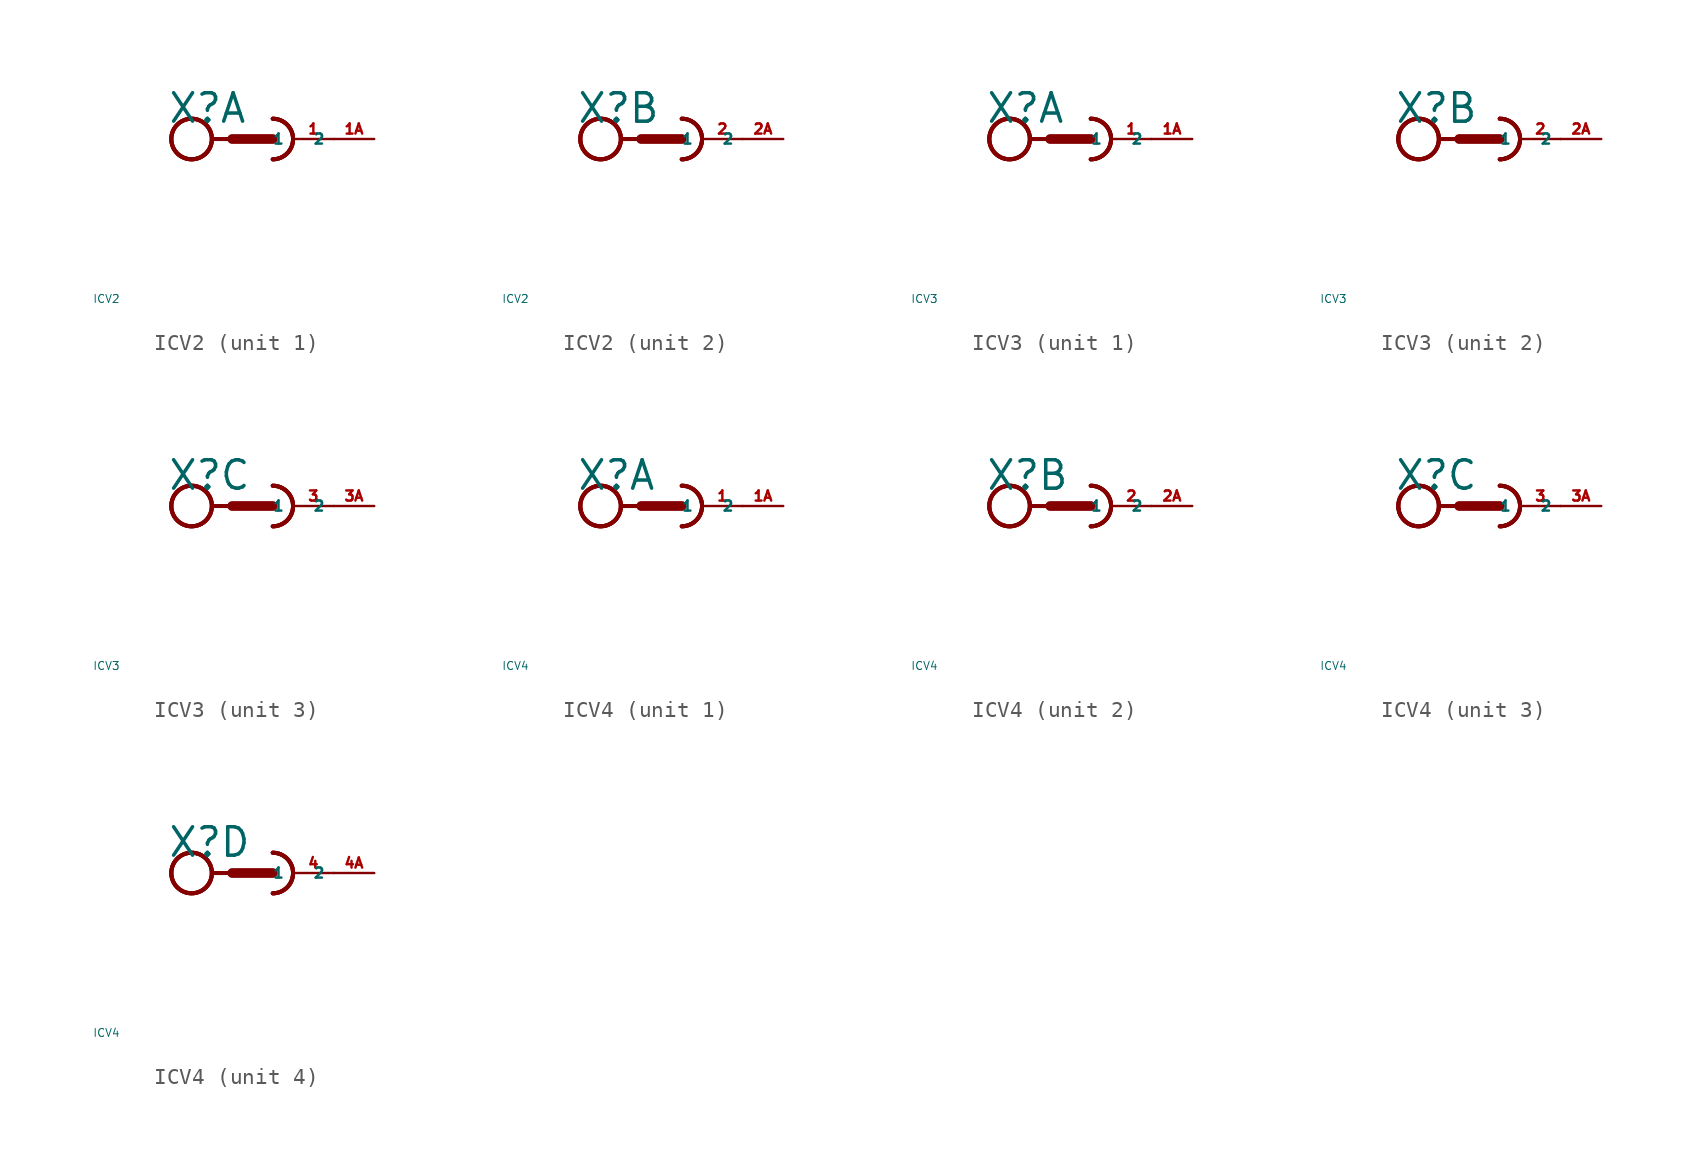
<source format=kicad_sym>
(kicad_symbol_lib
  (version 20220914)
  (generator Eagle2Kicad)
  (symbol "ICV2"
    (property "Reference" "X"
      (at -5.334 0.889 0)
      (effects (font (size 1.778 1.778) (thickness 0.22)) (justify left bottom)))
    (property "Value" "ICV2"
      (at -10 -10 0)
      (effects (font (size 0.5 0.5) (thickness 0.06)) (justify left)))
    (symbol "ICV2_1_0"
      (arc (start 1.27 -1.27) (mid 2.540 0.000) (end 1.27 1.27) (stroke (width 0.254) (type default)) (fill (type none)))
      (arc (start 1.27 -1.27) (mid 2.540 0.000) (end 1.27 1.27) (stroke (width 0.254) (type default)) (fill (type none)))
      (polyline (pts (xy -2.54 0) (xy -1.27 0)) (stroke (width 0.254) (type default)) (fill (type none)))
      (polyline (pts (xy -1.27 0) (xy 1.27 0)) (stroke (width 0.61) (type default)) (fill (type none)))
      (arc (start 1.27 -1.27) (mid 2.540 0.000) (end 1.27 1.27) (stroke (width 0.254) (type default)) (fill (type none)))
      (circle (center -3.81 0) (radius 1.27) (stroke (width 0.254) (type default)) (fill (type none)))
      (circle (center -3.81 0) (radius 1.27) (stroke (width 0.254) (type default)) (fill (type none)))
      (circle (center -3.81 0) (radius 1.27) (stroke (width 0.254) (type default)) (fill (type none)))
      (pin passive line (at 5.08 0 180) (length 2.54) (name "1" (effects (font (size 0.635 0.635) (thickness 0.08)) (justify left bottom))) (number "1" (effects (font (size 0.635 0.635) (thickness 0.08)) (justify left bottom))))
      (pin passive line (at 7.62 0 180) (length 2.54) (name "2" (effects (font (size 0.635 0.635) (thickness 0.08)) (justify left bottom))) (number "1A" (effects (font (size 0.635 0.635) (thickness 0.08)) (justify left bottom)))))
    (symbol "ICV2_2_0"
      (arc (start 1.27 -1.27) (mid 2.540 0.000) (end 1.27 1.27) (stroke (width 0.254) (type default)) (fill (type none)))
      (arc (start 1.27 -1.27) (mid 2.540 0.000) (end 1.27 1.27) (stroke (width 0.254) (type default)) (fill (type none)))
      (polyline (pts (xy -2.54 0) (xy -1.27 0)) (stroke (width 0.254) (type default)) (fill (type none)))
      (polyline (pts (xy -1.27 0) (xy 1.27 0)) (stroke (width 0.61) (type default)) (fill (type none)))
      (arc (start 1.27 -1.27) (mid 2.540 0.000) (end 1.27 1.27) (stroke (width 0.254) (type default)) (fill (type none)))
      (circle (center -3.81 0) (radius 1.27) (stroke (width 0.254) (type default)) (fill (type none)))
      (circle (center -3.81 0) (radius 1.27) (stroke (width 0.254) (type default)) (fill (type none)))
      (circle (center -3.81 0) (radius 1.27) (stroke (width 0.254) (type default)) (fill (type none)))
      (pin passive line (at 5.08 0 180) (length 2.54) (name "1" (effects (font (size 0.635 0.635) (thickness 0.08)) (justify left bottom))) (number "2" (effects (font (size 0.635 0.635) (thickness 0.08)) (justify left bottom))))
      (pin passive line (at 7.62 0 180) (length 2.54) (name "2" (effects (font (size 0.635 0.635) (thickness 0.08)) (justify left bottom))) (number "2A" (effects (font (size 0.635 0.635) (thickness 0.08)) (justify left bottom))))))
  (symbol "ICV3"
    (property "Reference" "X"
      (at -5.334 0.889 0)
      (effects (font (size 1.778 1.778) (thickness 0.22)) (justify left bottom)))
    (property "Value" "ICV3"
      (at -10 -10 0)
      (effects (font (size 0.5 0.5) (thickness 0.06)) (justify left)))
    (symbol "ICV3_1_0"
      (arc (start 1.27 -1.27) (mid 2.540 0.000) (end 1.27 1.27) (stroke (width 0.254) (type default)) (fill (type none)))
      (arc (start 1.27 -1.27) (mid 2.540 0.000) (end 1.27 1.27) (stroke (width 0.254) (type default)) (fill (type none)))
      (polyline (pts (xy -2.54 0) (xy -1.27 0)) (stroke (width 0.254) (type default)) (fill (type none)))
      (polyline (pts (xy -1.27 0) (xy 1.27 0)) (stroke (width 0.61) (type default)) (fill (type none)))
      (arc (start 1.27 -1.27) (mid 2.540 0.000) (end 1.27 1.27) (stroke (width 0.254) (type default)) (fill (type none)))
      (circle (center -3.81 0) (radius 1.27) (stroke (width 0.254) (type default)) (fill (type none)))
      (circle (center -3.81 0) (radius 1.27) (stroke (width 0.254) (type default)) (fill (type none)))
      (circle (center -3.81 0) (radius 1.27) (stroke (width 0.254) (type default)) (fill (type none)))
      (pin passive line (at 5.08 0 180) (length 2.54) (name "1" (effects (font (size 0.635 0.635) (thickness 0.08)) (justify left bottom))) (number "1" (effects (font (size 0.635 0.635) (thickness 0.08)) (justify left bottom))))
      (pin passive line (at 7.62 0 180) (length 2.54) (name "2" (effects (font (size 0.635 0.635) (thickness 0.08)) (justify left bottom))) (number "1A" (effects (font (size 0.635 0.635) (thickness 0.08)) (justify left bottom)))))
    (symbol "ICV3_2_0"
      (arc (start 1.27 -1.27) (mid 2.540 0.000) (end 1.27 1.27) (stroke (width 0.254) (type default)) (fill (type none)))
      (arc (start 1.27 -1.27) (mid 2.540 0.000) (end 1.27 1.27) (stroke (width 0.254) (type default)) (fill (type none)))
      (polyline (pts (xy -2.54 0) (xy -1.27 0)) (stroke (width 0.254) (type default)) (fill (type none)))
      (polyline (pts (xy -1.27 0) (xy 1.27 0)) (stroke (width 0.61) (type default)) (fill (type none)))
      (arc (start 1.27 -1.27) (mid 2.540 0.000) (end 1.27 1.27) (stroke (width 0.254) (type default)) (fill (type none)))
      (circle (center -3.81 0) (radius 1.27) (stroke (width 0.254) (type default)) (fill (type none)))
      (circle (center -3.81 0) (radius 1.27) (stroke (width 0.254) (type default)) (fill (type none)))
      (circle (center -3.81 0) (radius 1.27) (stroke (width 0.254) (type default)) (fill (type none)))
      (pin passive line (at 5.08 0 180) (length 2.54) (name "1" (effects (font (size 0.635 0.635) (thickness 0.08)) (justify left bottom))) (number "2" (effects (font (size 0.635 0.635) (thickness 0.08)) (justify left bottom))))
      (pin passive line (at 7.62 0 180) (length 2.54) (name "2" (effects (font (size 0.635 0.635) (thickness 0.08)) (justify left bottom))) (number "2A" (effects (font (size 0.635 0.635) (thickness 0.08)) (justify left bottom)))))
    (symbol "ICV3_3_0"
      (arc (start 1.27 -1.27) (mid 2.540 0.000) (end 1.27 1.27) (stroke (width 0.254) (type default)) (fill (type none)))
      (arc (start 1.27 -1.27) (mid 2.540 0.000) (end 1.27 1.27) (stroke (width 0.254) (type default)) (fill (type none)))
      (polyline (pts (xy -2.54 0) (xy -1.27 0)) (stroke (width 0.254) (type default)) (fill (type none)))
      (polyline (pts (xy -1.27 0) (xy 1.27 0)) (stroke (width 0.61) (type default)) (fill (type none)))
      (arc (start 1.27 -1.27) (mid 2.540 0.000) (end 1.27 1.27) (stroke (width 0.254) (type default)) (fill (type none)))
      (circle (center -3.81 0) (radius 1.27) (stroke (width 0.254) (type default)) (fill (type none)))
      (circle (center -3.81 0) (radius 1.27) (stroke (width 0.254) (type default)) (fill (type none)))
      (circle (center -3.81 0) (radius 1.27) (stroke (width 0.254) (type default)) (fill (type none)))
      (pin passive line (at 5.08 0 180) (length 2.54) (name "1" (effects (font (size 0.635 0.635) (thickness 0.08)) (justify left bottom))) (number "3" (effects (font (size 0.635 0.635) (thickness 0.08)) (justify left bottom))))
      (pin passive line (at 7.62 0 180) (length 2.54) (name "2" (effects (font (size 0.635 0.635) (thickness 0.08)) (justify left bottom))) (number "3A" (effects (font (size 0.635 0.635) (thickness 0.08)) (justify left bottom))))))
  (symbol "ICV4"
    (property "Reference" "X"
      (at -5.334 0.889 0)
      (effects (font (size 1.778 1.778) (thickness 0.22)) (justify left bottom)))
    (property "Value" "ICV4"
      (at -10 -10 0)
      (effects (font (size 0.5 0.5) (thickness 0.06)) (justify left)))
    (symbol "ICV4_1_0"
      (arc (start 1.27 -1.27) (mid 2.540 0.000) (end 1.27 1.27) (stroke (width 0.254) (type default)) (fill (type none)))
      (arc (start 1.27 -1.27) (mid 2.540 0.000) (end 1.27 1.27) (stroke (width 0.254) (type default)) (fill (type none)))
      (polyline (pts (xy -2.54 0) (xy -1.27 0)) (stroke (width 0.254) (type default)) (fill (type none)))
      (polyline (pts (xy -1.27 0) (xy 1.27 0)) (stroke (width 0.61) (type default)) (fill (type none)))
      (arc (start 1.27 -1.27) (mid 2.540 0.000) (end 1.27 1.27) (stroke (width 0.254) (type default)) (fill (type none)))
      (circle (center -3.81 0) (radius 1.27) (stroke (width 0.254) (type default)) (fill (type none)))
      (circle (center -3.81 0) (radius 1.27) (stroke (width 0.254) (type default)) (fill (type none)))
      (circle (center -3.81 0) (radius 1.27) (stroke (width 0.254) (type default)) (fill (type none)))
      (pin passive line (at 5.08 0 180) (length 2.54) (name "1" (effects (font (size 0.635 0.635) (thickness 0.08)) (justify left bottom))) (number "1" (effects (font (size 0.635 0.635) (thickness 0.08)) (justify left bottom))))
      (pin passive line (at 7.62 0 180) (length 2.54) (name "2" (effects (font (size 0.635 0.635) (thickness 0.08)) (justify left bottom))) (number "1A" (effects (font (size 0.635 0.635) (thickness 0.08)) (justify left bottom)))))
    (symbol "ICV4_2_0"
      (arc (start 1.27 -1.27) (mid 2.540 0.000) (end 1.27 1.27) (stroke (width 0.254) (type default)) (fill (type none)))
      (arc (start 1.27 -1.27) (mid 2.540 0.000) (end 1.27 1.27) (stroke (width 0.254) (type default)) (fill (type none)))
      (polyline (pts (xy -2.54 0) (xy -1.27 0)) (stroke (width 0.254) (type default)) (fill (type none)))
      (polyline (pts (xy -1.27 0) (xy 1.27 0)) (stroke (width 0.61) (type default)) (fill (type none)))
      (arc (start 1.27 -1.27) (mid 2.540 0.000) (end 1.27 1.27) (stroke (width 0.254) (type default)) (fill (type none)))
      (circle (center -3.81 0) (radius 1.27) (stroke (width 0.254) (type default)) (fill (type none)))
      (circle (center -3.81 0) (radius 1.27) (stroke (width 0.254) (type default)) (fill (type none)))
      (circle (center -3.81 0) (radius 1.27) (stroke (width 0.254) (type default)) (fill (type none)))
      (pin passive line (at 5.08 0 180) (length 2.54) (name "1" (effects (font (size 0.635 0.635) (thickness 0.08)) (justify left bottom))) (number "2" (effects (font (size 0.635 0.635) (thickness 0.08)) (justify left bottom))))
      (pin passive line (at 7.62 0 180) (length 2.54) (name "2" (effects (font (size 0.635 0.635) (thickness 0.08)) (justify left bottom))) (number "2A" (effects (font (size 0.635 0.635) (thickness 0.08)) (justify left bottom)))))
    (symbol "ICV4_3_0"
      (arc (start 1.27 -1.27) (mid 2.540 0.000) (end 1.27 1.27) (stroke (width 0.254) (type default)) (fill (type none)))
      (arc (start 1.27 -1.27) (mid 2.540 0.000) (end 1.27 1.27) (stroke (width 0.254) (type default)) (fill (type none)))
      (polyline (pts (xy -2.54 0) (xy -1.27 0)) (stroke (width 0.254) (type default)) (fill (type none)))
      (polyline (pts (xy -1.27 0) (xy 1.27 0)) (stroke (width 0.61) (type default)) (fill (type none)))
      (arc (start 1.27 -1.27) (mid 2.540 0.000) (end 1.27 1.27) (stroke (width 0.254) (type default)) (fill (type none)))
      (circle (center -3.81 0) (radius 1.27) (stroke (width 0.254) (type default)) (fill (type none)))
      (circle (center -3.81 0) (radius 1.27) (stroke (width 0.254) (type default)) (fill (type none)))
      (circle (center -3.81 0) (radius 1.27) (stroke (width 0.254) (type default)) (fill (type none)))
      (pin passive line (at 5.08 0 180) (length 2.54) (name "1" (effects (font (size 0.635 0.635) (thickness 0.08)) (justify left bottom))) (number "3" (effects (font (size 0.635 0.635) (thickness 0.08)) (justify left bottom))))
      (pin passive line (at 7.62 0 180) (length 2.54) (name "2" (effects (font (size 0.635 0.635) (thickness 0.08)) (justify left bottom))) (number "3A" (effects (font (size 0.635 0.635) (thickness 0.08)) (justify left bottom)))))
    (symbol "ICV4_4_0"
      (arc (start 1.27 -1.27) (mid 2.540 0.000) (end 1.27 1.27) (stroke (width 0.254) (type default)) (fill (type none)))
      (arc (start 1.27 -1.27) (mid 2.540 0.000) (end 1.27 1.27) (stroke (width 0.254) (type default)) (fill (type none)))
      (polyline (pts (xy -2.54 0) (xy -1.27 0)) (stroke (width 0.254) (type default)) (fill (type none)))
      (polyline (pts (xy -1.27 0) (xy 1.27 0)) (stroke (width 0.61) (type default)) (fill (type none)))
      (arc (start 1.27 -1.27) (mid 2.540 0.000) (end 1.27 1.27) (stroke (width 0.254) (type default)) (fill (type none)))
      (circle (center -3.81 0) (radius 1.27) (stroke (width 0.254) (type default)) (fill (type none)))
      (circle (center -3.81 0) (radius 1.27) (stroke (width 0.254) (type default)) (fill (type none)))
      (circle (center -3.81 0) (radius 1.27) (stroke (width 0.254) (type default)) (fill (type none)))
      (pin passive line (at 5.08 0 180) (length 2.54) (name "1" (effects (font (size 0.635 0.635) (thickness 0.08)) (justify left bottom))) (number "4" (effects (font (size 0.635 0.635) (thickness 0.08)) (justify left bottom))))
      (pin passive line (at 7.62 0 180) (length 2.54) (name "2" (effects (font (size 0.635 0.635) (thickness 0.08)) (justify left bottom))) (number "4A" (effects (font (size 0.635 0.635) (thickness 0.08)) (justify left bottom)))))))
</source>
